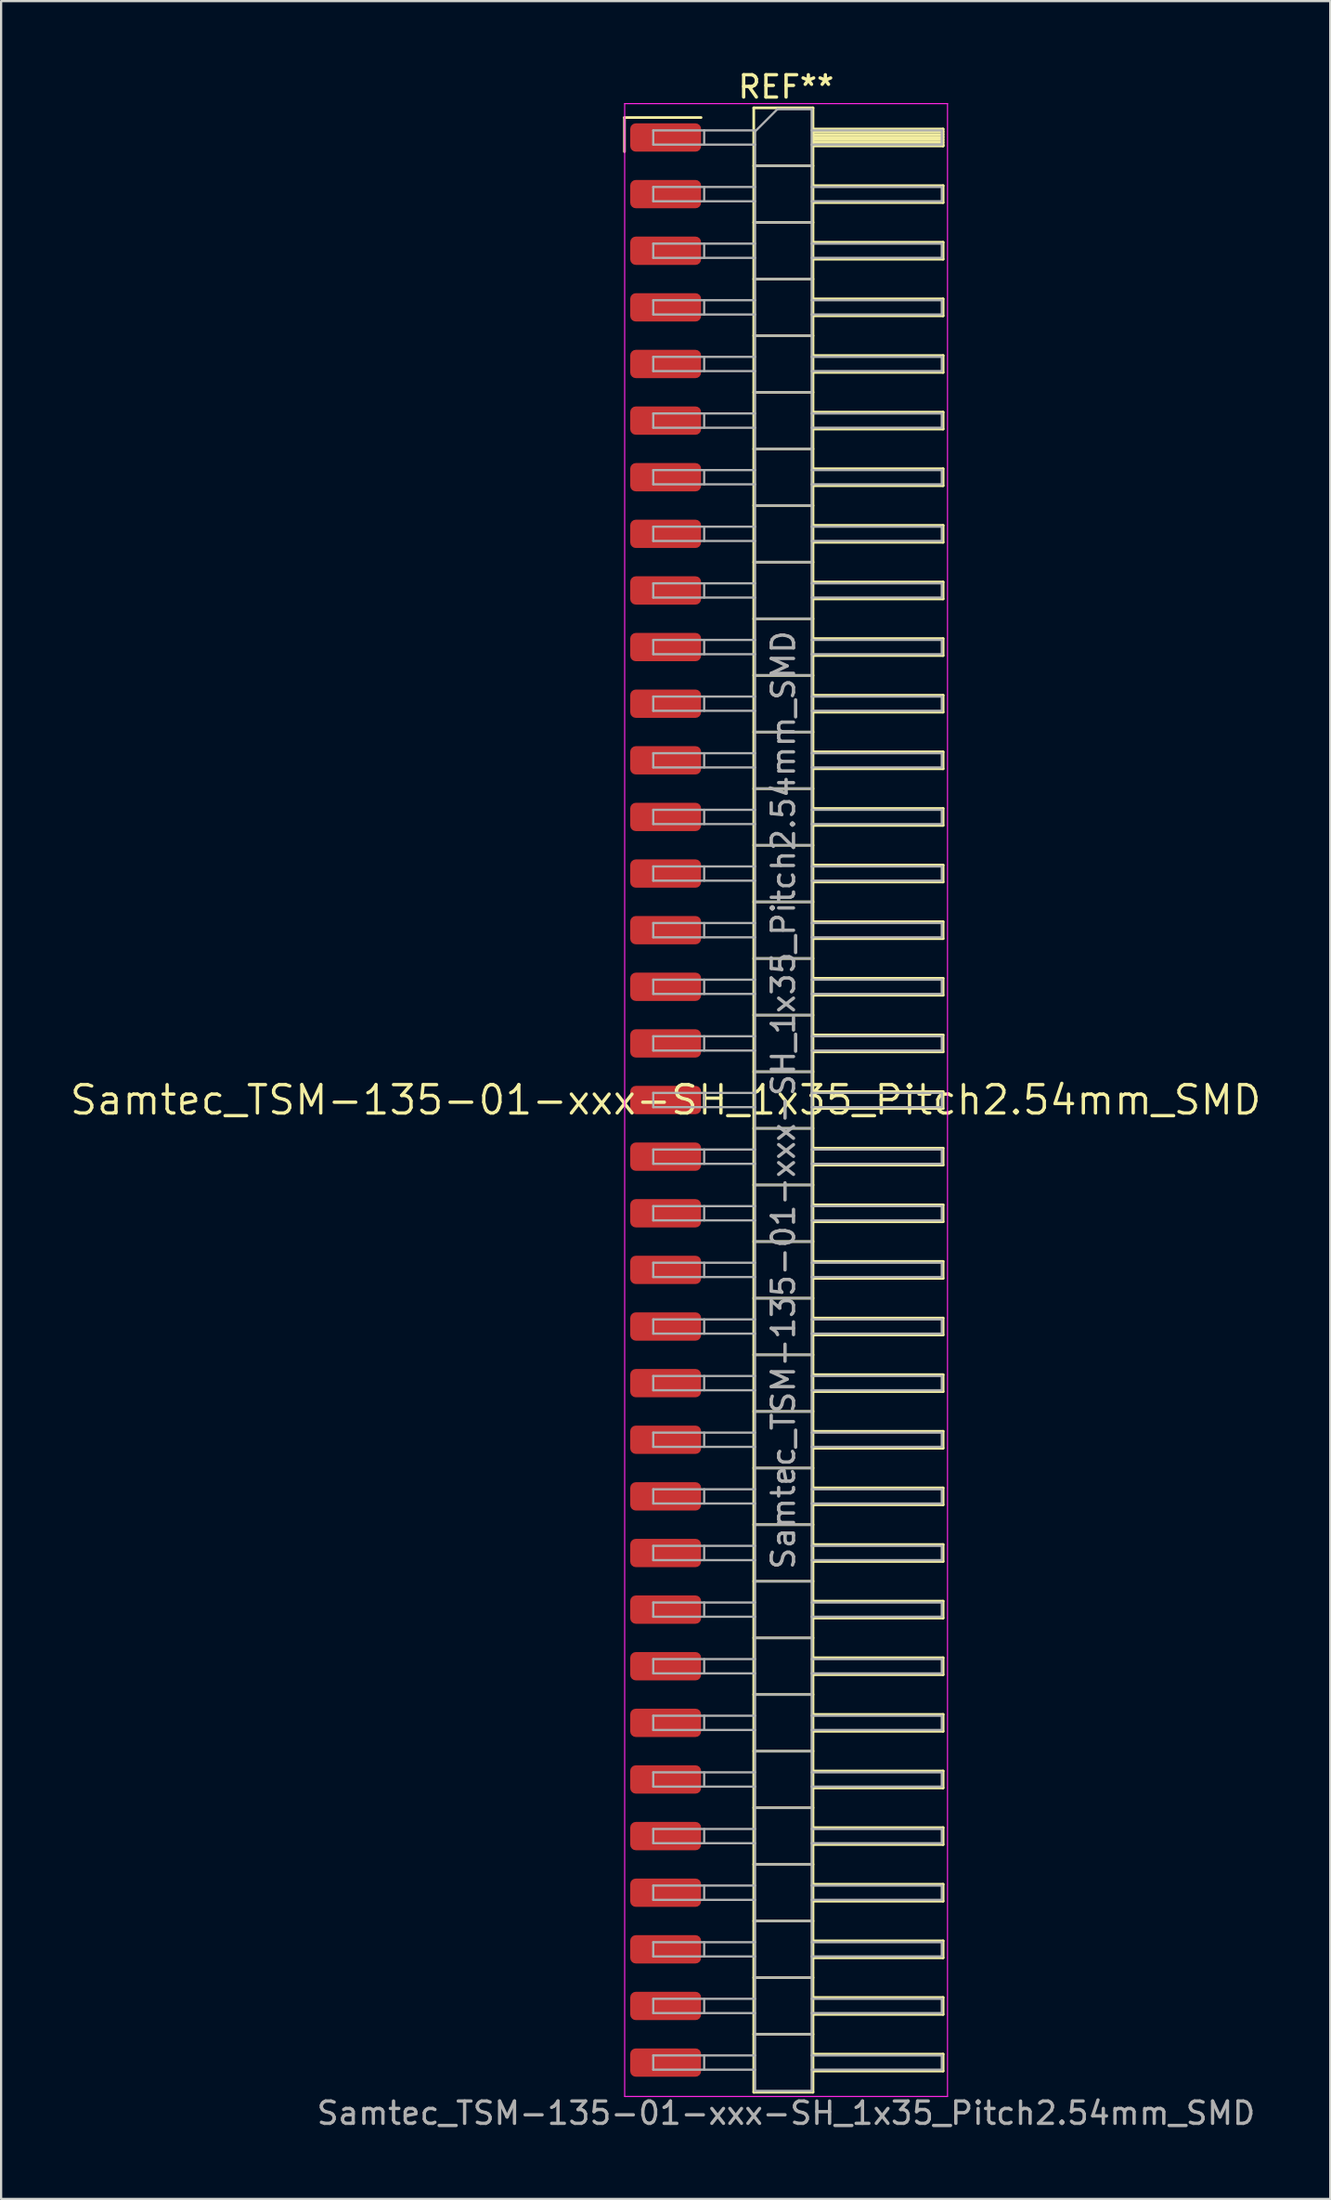
<source format=kicad_pcb>
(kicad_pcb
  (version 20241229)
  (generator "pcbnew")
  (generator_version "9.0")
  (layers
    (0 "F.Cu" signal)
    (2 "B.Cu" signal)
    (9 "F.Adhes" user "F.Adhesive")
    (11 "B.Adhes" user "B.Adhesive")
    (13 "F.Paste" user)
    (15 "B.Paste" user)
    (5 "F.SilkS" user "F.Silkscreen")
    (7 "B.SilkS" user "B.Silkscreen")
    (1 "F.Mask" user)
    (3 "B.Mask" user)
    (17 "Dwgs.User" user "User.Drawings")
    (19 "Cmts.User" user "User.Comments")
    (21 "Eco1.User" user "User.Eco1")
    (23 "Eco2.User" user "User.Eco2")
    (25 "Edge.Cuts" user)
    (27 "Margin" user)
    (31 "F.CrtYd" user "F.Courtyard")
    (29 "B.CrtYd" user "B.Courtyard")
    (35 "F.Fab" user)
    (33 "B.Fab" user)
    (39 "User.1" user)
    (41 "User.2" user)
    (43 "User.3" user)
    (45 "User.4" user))
  (footprint "Samtec_TSM-135-01-xxx-SH_1x35_Pitch2.54mm_SMD"
    (layer "F.Cu")
    (at 26.828 46.298)
    (property "Reference" "Samtec_TSM-135-01-xxx-SH_1x35_Pitch2.54mm_SMD" (at 0 0 0) (layer "F.SilkS") (effects (font (size 1.27 1.27) (thickness 0.15))))
    (attr smd)
    (fp_line (start -1.85 -44.075) (end 1.59 -44.075) (stroke (width 0.12) (type solid)) (layer "F.SilkS"))
    (fp_line (start -1.85 -42.545) (end -1.85 -44.075) (stroke (width 0.12) (type solid)) (layer "F.SilkS"))
    (fp_line (start 3.953 -44.51) (end 6.613 -44.51) (stroke (width 0.12) (type solid)) (layer "F.SilkS"))
    (fp_line (start 3.953 -41.91) (end 6.613 -41.91) (stroke (width 0.12) (type solid)) (layer "F.SilkS"))
    (fp_line (start 3.953 -39.37) (end 6.613 -39.37) (stroke (width 0.12) (type solid)) (layer "F.SilkS"))
    (fp_line (start 3.953 -36.83) (end 6.613 -36.83) (stroke (width 0.12) (type solid)) (layer "F.SilkS"))
    (fp_line (start 3.953 -34.29) (end 6.613 -34.29) (stroke (width 0.12) (type solid)) (layer "F.SilkS"))
    (fp_line (start 3.953 -31.75) (end 6.613 -31.75) (stroke (width 0.12) (type solid)) (layer "F.SilkS"))
    (fp_line (start 3.953 -29.21) (end 6.613 -29.21) (stroke (width 0.12) (type solid)) (layer "F.SilkS"))
    (fp_line (start 3.953 -26.67) (end 6.613 -26.67) (stroke (width 0.12) (type solid)) (layer "F.SilkS"))
    (fp_line (start 3.953 -24.13) (end 6.613 -24.13) (stroke (width 0.12) (type solid)) (layer "F.SilkS"))
    (fp_line (start 3.953 -21.59) (end 6.613 -21.59) (stroke (width 0.12) (type solid)) (layer "F.SilkS"))
    (fp_line (start 3.953 -19.05) (end 6.613 -19.05) (stroke (width 0.12) (type solid)) (layer "F.SilkS"))
    (fp_line (start 3.953 -16.51) (end 6.613 -16.51) (stroke (width 0.12) (type solid)) (layer "F.SilkS"))
    (fp_line (start 3.953 -13.97) (end 6.613 -13.97) (stroke (width 0.12) (type solid)) (layer "F.SilkS"))
    (fp_line (start 3.953 -11.43) (end 6.613 -11.43) (stroke (width 0.12) (type solid)) (layer "F.SilkS"))
    (fp_line (start 3.953 -8.89) (end 6.613 -8.89) (stroke (width 0.12) (type solid)) (layer "F.SilkS"))
    (fp_line (start 3.953 -6.35) (end 6.613 -6.35) (stroke (width 0.12) (type solid)) (layer "F.SilkS"))
    (fp_line (start 3.953 -3.81) (end 6.613 -3.81) (stroke (width 0.12) (type solid)) (layer "F.SilkS"))
    (fp_line (start 3.953 -1.27) (end 6.613 -1.27) (stroke (width 0.12) (type solid)) (layer "F.SilkS"))
    (fp_line (start 3.953 1.27) (end 6.613 1.27) (stroke (width 0.12) (type solid)) (layer "F.SilkS"))
    (fp_line (start 3.953 3.81) (end 6.613 3.81) (stroke (width 0.12) (type solid)) (layer "F.SilkS"))
    (fp_line (start 3.953 6.35) (end 6.613 6.35) (stroke (width 0.12) (type solid)) (layer "F.SilkS"))
    (fp_line (start 3.953 8.89) (end 6.613 8.89) (stroke (width 0.12) (type solid)) (layer "F.SilkS"))
    (fp_line (start 3.953 11.43) (end 6.613 11.43) (stroke (width 0.12) (type solid)) (layer "F.SilkS"))
    (fp_line (start 3.953 13.97) (end 6.613 13.97) (stroke (width 0.12) (type solid)) (layer "F.SilkS"))
    (fp_line (start 3.953 16.51) (end 6.613 16.51) (stroke (width 0.12) (type solid)) (layer "F.SilkS"))
    (fp_line (start 3.953 19.05) (end 6.613 19.05) (stroke (width 0.12) (type solid)) (layer "F.SilkS"))
    (fp_line (start 3.953 21.59) (end 6.613 21.59) (stroke (width 0.12) (type solid)) (layer "F.SilkS"))
    (fp_line (start 3.953 24.13) (end 6.613 24.13) (stroke (width 0.12) (type solid)) (layer "F.SilkS"))
    (fp_line (start 3.953 26.67) (end 6.613 26.67) (stroke (width 0.12) (type solid)) (layer "F.SilkS"))
    (fp_line (start 3.953 29.21) (end 6.613 29.21) (stroke (width 0.12) (type solid)) (layer "F.SilkS"))
    (fp_line (start 3.953 31.75) (end 6.613 31.75) (stroke (width 0.12) (type solid)) (layer "F.SilkS"))
    (fp_line (start 3.953 34.29) (end 6.613 34.29) (stroke (width 0.12) (type solid)) (layer "F.SilkS"))
    (fp_line (start 3.953 36.83) (end 6.613 36.83) (stroke (width 0.12) (type solid)) (layer "F.SilkS"))
    (fp_line (start 3.953 39.37) (end 6.613 39.37) (stroke (width 0.12) (type solid)) (layer "F.SilkS"))
    (fp_line (start 3.953 41.91) (end 6.613 41.91) (stroke (width 0.12) (type solid)) (layer "F.SilkS"))
    (fp_line (start 3.953 44.51) (end 3.953 -44.51) (stroke (width 0.12) (type solid)) (layer "F.SilkS"))
    (fp_line (start 6.613 -44.51) (end 6.613 44.51) (stroke (width 0.12) (type solid)) (layer "F.SilkS"))
    (fp_line (start 6.613 -43.56) (end 12.453 -43.56) (stroke (width 0.12) (type solid)) (layer "F.SilkS"))
    (fp_line (start 6.613 -43.44) (end 12.453 -43.44) (stroke (width 0.12) (type solid)) (layer "F.SilkS"))
    (fp_line (start 6.613 -43.32) (end 12.453 -43.32) (stroke (width 0.12) (type solid)) (layer "F.SilkS"))
    (fp_line (start 6.613 -43.2) (end 12.453 -43.2) (stroke (width 0.12) (type solid)) (layer "F.SilkS"))
    (fp_line (start 6.613 -43.08) (end 12.453 -43.08) (stroke (width 0.12) (type solid)) (layer "F.SilkS"))
    (fp_line (start 6.613 -42.96) (end 12.453 -42.96) (stroke (width 0.12) (type solid)) (layer "F.SilkS"))
    (fp_line (start 6.613 -42.84) (end 12.453 -42.84) (stroke (width 0.12) (type solid)) (layer "F.SilkS"))
    (fp_line (start 6.613 -42.8) (end 12.453 -42.8) (stroke (width 0.12) (type solid)) (layer "F.SilkS"))
    (fp_line (start 6.613 -41.02) (end 12.453 -41.02) (stroke (width 0.12) (type solid)) (layer "F.SilkS"))
    (fp_line (start 6.613 -40.26) (end 12.453 -40.26) (stroke (width 0.12) (type solid)) (layer "F.SilkS"))
    (fp_line (start 6.613 -38.48) (end 12.453 -38.48) (stroke (width 0.12) (type solid)) (layer "F.SilkS"))
    (fp_line (start 6.613 -37.72) (end 12.453 -37.72) (stroke (width 0.12) (type solid)) (layer "F.SilkS"))
    (fp_line (start 6.613 -35.94) (end 12.453 -35.94) (stroke (width 0.12) (type solid)) (layer "F.SilkS"))
    (fp_line (start 6.613 -35.18) (end 12.453 -35.18) (stroke (width 0.12) (type solid)) (layer "F.SilkS"))
    (fp_line (start 6.613 -33.4) (end 12.453 -33.4) (stroke (width 0.12) (type solid)) (layer "F.SilkS"))
    (fp_line (start 6.613 -32.64) (end 12.453 -32.64) (stroke (width 0.12) (type solid)) (layer "F.SilkS"))
    (fp_line (start 6.613 -30.86) (end 12.453 -30.86) (stroke (width 0.12) (type solid)) (layer "F.SilkS"))
    (fp_line (start 6.613 -30.1) (end 12.453 -30.1) (stroke (width 0.12) (type solid)) (layer "F.SilkS"))
    (fp_line (start 6.613 -28.32) (end 12.453 -28.32) (stroke (width 0.12) (type solid)) (layer "F.SilkS"))
    (fp_line (start 6.613 -27.56) (end 12.453 -27.56) (stroke (width 0.12) (type solid)) (layer "F.SilkS"))
    (fp_line (start 6.613 -25.78) (end 12.453 -25.78) (stroke (width 0.12) (type solid)) (layer "F.SilkS"))
    (fp_line (start 6.613 -25.02) (end 12.453 -25.02) (stroke (width 0.12) (type solid)) (layer "F.SilkS"))
    (fp_line (start 6.613 -23.24) (end 12.453 -23.24) (stroke (width 0.12) (type solid)) (layer "F.SilkS"))
    (fp_line (start 6.613 -22.48) (end 12.453 -22.48) (stroke (width 0.12) (type solid)) (layer "F.SilkS"))
    (fp_line (start 6.613 -20.7) (end 12.453 -20.7) (stroke (width 0.12) (type solid)) (layer "F.SilkS"))
    (fp_line (start 6.613 -19.94) (end 12.453 -19.94) (stroke (width 0.12) (type solid)) (layer "F.SilkS"))
    (fp_line (start 6.613 -18.16) (end 12.453 -18.16) (stroke (width 0.12) (type solid)) (layer "F.SilkS"))
    (fp_line (start 6.613 -17.4) (end 12.453 -17.4) (stroke (width 0.12) (type solid)) (layer "F.SilkS"))
    (fp_line (start 6.613 -15.62) (end 12.453 -15.62) (stroke (width 0.12) (type solid)) (layer "F.SilkS"))
    (fp_line (start 6.613 -14.86) (end 12.453 -14.86) (stroke (width 0.12) (type solid)) (layer "F.SilkS"))
    (fp_line (start 6.613 -13.08) (end 12.453 -13.08) (stroke (width 0.12) (type solid)) (layer "F.SilkS"))
    (fp_line (start 6.613 -12.32) (end 12.453 -12.32) (stroke (width 0.12) (type solid)) (layer "F.SilkS"))
    (fp_line (start 6.613 -10.54) (end 12.453 -10.54) (stroke (width 0.12) (type solid)) (layer "F.SilkS"))
    (fp_line (start 6.613 -9.78) (end 12.453 -9.78) (stroke (width 0.12) (type solid)) (layer "F.SilkS"))
    (fp_line (start 6.613 -8) (end 12.453 -8) (stroke (width 0.12) (type solid)) (layer "F.SilkS"))
    (fp_line (start 6.613 -7.24) (end 12.453 -7.24) (stroke (width 0.12) (type solid)) (layer "F.SilkS"))
    (fp_line (start 6.613 -5.46) (end 12.453 -5.46) (stroke (width 0.12) (type solid)) (layer "F.SilkS"))
    (fp_line (start 6.613 -4.7) (end 12.453 -4.7) (stroke (width 0.12) (type solid)) (layer "F.SilkS"))
    (fp_line (start 6.613 -2.92) (end 12.453 -2.92) (stroke (width 0.12) (type solid)) (layer "F.SilkS"))
    (fp_line (start 6.613 -2.16) (end 12.453 -2.16) (stroke (width 0.12) (type solid)) (layer "F.SilkS"))
    (fp_line (start 6.613 -0.38) (end 12.453 -0.38) (stroke (width 0.12) (type solid)) (layer "F.SilkS"))
    (fp_line (start 6.613 0.38) (end 12.453 0.38) (stroke (width 0.12) (type solid)) (layer "F.SilkS"))
    (fp_line (start 6.613 2.16) (end 12.453 2.16) (stroke (width 0.12) (type solid)) (layer "F.SilkS"))
    (fp_line (start 6.613 2.92) (end 12.453 2.92) (stroke (width 0.12) (type solid)) (layer "F.SilkS"))
    (fp_line (start 6.613 4.7) (end 12.453 4.7) (stroke (width 0.12) (type solid)) (layer "F.SilkS"))
    (fp_line (start 6.613 5.46) (end 12.453 5.46) (stroke (width 0.12) (type solid)) (layer "F.SilkS"))
    (fp_line (start 6.613 7.24) (end 12.453 7.24) (stroke (width 0.12) (type solid)) (layer "F.SilkS"))
    (fp_line (start 6.613 8) (end 12.453 8) (stroke (width 0.12) (type solid)) (layer "F.SilkS"))
    (fp_line (start 6.613 9.78) (end 12.453 9.78) (stroke (width 0.12) (type solid)) (layer "F.SilkS"))
    (fp_line (start 6.613 10.54) (end 12.453 10.54) (stroke (width 0.12) (type solid)) (layer "F.SilkS"))
    (fp_line (start 6.613 12.32) (end 12.453 12.32) (stroke (width 0.12) (type solid)) (layer "F.SilkS"))
    (fp_line (start 6.613 13.08) (end 12.453 13.08) (stroke (width 0.12) (type solid)) (layer "F.SilkS"))
    (fp_line (start 6.613 14.86) (end 12.453 14.86) (stroke (width 0.12) (type solid)) (layer "F.SilkS"))
    (fp_line (start 6.613 15.62) (end 12.453 15.62) (stroke (width 0.12) (type solid)) (layer "F.SilkS"))
    (fp_line (start 6.613 17.4) (end 12.453 17.4) (stroke (width 0.12) (type solid)) (layer "F.SilkS"))
    (fp_line (start 6.613 18.16) (end 12.453 18.16) (stroke (width 0.12) (type solid)) (layer "F.SilkS"))
    (fp_line (start 6.613 19.94) (end 12.453 19.94) (stroke (width 0.12) (type solid)) (layer "F.SilkS"))
    (fp_line (start 6.613 20.7) (end 12.453 20.7) (stroke (width 0.12) (type solid)) (layer "F.SilkS"))
    (fp_line (start 6.613 22.48) (end 12.453 22.48) (stroke (width 0.12) (type solid)) (layer "F.SilkS"))
    (fp_line (start 6.613 23.24) (end 12.453 23.24) (stroke (width 0.12) (type solid)) (layer "F.SilkS"))
    (fp_line (start 6.613 25.02) (end 12.453 25.02) (stroke (width 0.12) (type solid)) (layer "F.SilkS"))
    (fp_line (start 6.613 25.78) (end 12.453 25.78) (stroke (width 0.12) (type solid)) (layer "F.SilkS"))
    (fp_line (start 6.613 27.56) (end 12.453 27.56) (stroke (width 0.12) (type solid)) (layer "F.SilkS"))
    (fp_line (start 6.613 28.32) (end 12.453 28.32) (stroke (width 0.12) (type solid)) (layer "F.SilkS"))
    (fp_line (start 6.613 30.1) (end 12.453 30.1) (stroke (width 0.12) (type solid)) (layer "F.SilkS"))
    (fp_line (start 6.613 30.86) (end 12.453 30.86) (stroke (width 0.12) (type solid)) (layer "F.SilkS"))
    (fp_line (start 6.613 32.64) (end 12.453 32.64) (stroke (width 0.12) (type solid)) (layer "F.SilkS"))
    (fp_line (start 6.613 33.4) (end 12.453 33.4) (stroke (width 0.12) (type solid)) (layer "F.SilkS"))
    (fp_line (start 6.613 35.18) (end 12.453 35.18) (stroke (width 0.12) (type solid)) (layer "F.SilkS"))
    (fp_line (start 6.613 35.94) (end 12.453 35.94) (stroke (width 0.12) (type solid)) (layer "F.SilkS"))
    (fp_line (start 6.613 37.72) (end 12.453 37.72) (stroke (width 0.12) (type solid)) (layer "F.SilkS"))
    (fp_line (start 6.613 38.48) (end 12.453 38.48) (stroke (width 0.12) (type solid)) (layer "F.SilkS"))
    (fp_line (start 6.613 40.26) (end 12.453 40.26) (stroke (width 0.12) (type solid)) (layer "F.SilkS"))
    (fp_line (start 6.613 41.02) (end 12.453 41.02) (stroke (width 0.12) (type solid)) (layer "F.SilkS"))
    (fp_line (start 6.613 42.8) (end 12.453 42.8) (stroke (width 0.12) (type solid)) (layer "F.SilkS"))
    (fp_line (start 6.613 43.56) (end 12.453 43.56) (stroke (width 0.12) (type solid)) (layer "F.SilkS"))
    (fp_line (start 6.613 44.51) (end 3.953 44.51) (stroke (width 0.12) (type solid)) (layer "F.SilkS"))
    (fp_line (start 12.453 -43.56) (end 12.453 -42.8) (stroke (width 0.12) (type solid)) (layer "F.SilkS"))
    (fp_line (start 12.453 -41.02) (end 12.453 -40.26) (stroke (width 0.12) (type solid)) (layer "F.SilkS"))
    (fp_line (start 12.453 -38.48) (end 12.453 -37.72) (stroke (width 0.12) (type solid)) (layer "F.SilkS"))
    (fp_line (start 12.453 -35.94) (end 12.453 -35.18) (stroke (width 0.12) (type solid)) (layer "F.SilkS"))
    (fp_line (start 12.453 -33.4) (end 12.453 -32.64) (stroke (width 0.12) (type solid)) (layer "F.SilkS"))
    (fp_line (start 12.453 -30.86) (end 12.453 -30.1) (stroke (width 0.12) (type solid)) (layer "F.SilkS"))
    (fp_line (start 12.453 -28.32) (end 12.453 -27.56) (stroke (width 0.12) (type solid)) (layer "F.SilkS"))
    (fp_line (start 12.453 -25.78) (end 12.453 -25.02) (stroke (width 0.12) (type solid)) (layer "F.SilkS"))
    (fp_line (start 12.453 -23.24) (end 12.453 -22.48) (stroke (width 0.12) (type solid)) (layer "F.SilkS"))
    (fp_line (start 12.453 -20.7) (end 12.453 -19.94) (stroke (width 0.12) (type solid)) (layer "F.SilkS"))
    (fp_line (start 12.453 -18.16) (end 12.453 -17.4) (stroke (width 0.12) (type solid)) (layer "F.SilkS"))
    (fp_line (start 12.453 -15.62) (end 12.453 -14.86) (stroke (width 0.12) (type solid)) (layer "F.SilkS"))
    (fp_line (start 12.453 -13.08) (end 12.453 -12.32) (stroke (width 0.12) (type solid)) (layer "F.SilkS"))
    (fp_line (start 12.453 -10.54) (end 12.453 -9.78) (stroke (width 0.12) (type solid)) (layer "F.SilkS"))
    (fp_line (start 12.453 -8) (end 12.453 -7.24) (stroke (width 0.12) (type solid)) (layer "F.SilkS"))
    (fp_line (start 12.453 -5.46) (end 12.453 -4.7) (stroke (width 0.12) (type solid)) (layer "F.SilkS"))
    (fp_line (start 12.453 -2.92) (end 12.453 -2.16) (stroke (width 0.12) (type solid)) (layer "F.SilkS"))
    (fp_line (start 12.453 -0.38) (end 12.453 0.38) (stroke (width 0.12) (type solid)) (layer "F.SilkS"))
    (fp_line (start 12.453 2.16) (end 12.453 2.92) (stroke (width 0.12) (type solid)) (layer "F.SilkS"))
    (fp_line (start 12.453 4.7) (end 12.453 5.46) (stroke (width 0.12) (type solid)) (layer "F.SilkS"))
    (fp_line (start 12.453 7.24) (end 12.453 8) (stroke (width 0.12) (type solid)) (layer "F.SilkS"))
    (fp_line (start 12.453 9.78) (end 12.453 10.54) (stroke (width 0.12) (type solid)) (layer "F.SilkS"))
    (fp_line (start 12.453 12.32) (end 12.453 13.08) (stroke (width 0.12) (type solid)) (layer "F.SilkS"))
    (fp_line (start 12.453 14.86) (end 12.453 15.62) (stroke (width 0.12) (type solid)) (layer "F.SilkS"))
    (fp_line (start 12.453 17.4) (end 12.453 18.16) (stroke (width 0.12) (type solid)) (layer "F.SilkS"))
    (fp_line (start 12.453 19.94) (end 12.453 20.7) (stroke (width 0.12) (type solid)) (layer "F.SilkS"))
    (fp_line (start 12.453 22.48) (end 12.453 23.24) (stroke (width 0.12) (type solid)) (layer "F.SilkS"))
    (fp_line (start 12.453 25.02) (end 12.453 25.78) (stroke (width 0.12) (type solid)) (layer "F.SilkS"))
    (fp_line (start 12.453 27.56) (end 12.453 28.32) (stroke (width 0.12) (type solid)) (layer "F.SilkS"))
    (fp_line (start 12.453 30.1) (end 12.453 30.86) (stroke (width 0.12) (type solid)) (layer "F.SilkS"))
    (fp_line (start 12.453 32.64) (end 12.453 33.4) (stroke (width 0.12) (type solid)) (layer "F.SilkS"))
    (fp_line (start 12.453 35.18) (end 12.453 35.94) (stroke (width 0.12) (type solid)) (layer "F.SilkS"))
    (fp_line (start 12.453 37.72) (end 12.453 38.48) (stroke (width 0.12) (type solid)) (layer "F.SilkS"))
    (fp_line (start 12.453 40.26) (end 12.453 41.02) (stroke (width 0.12) (type solid)) (layer "F.SilkS"))
    (fp_line (start 12.453 42.8) (end 12.453 43.56) (stroke (width 0.12) (type solid)) (layer "F.SilkS"))
    (fp_line (start -1.84 -44.7) (end 12.65 -44.7) (stroke (width 0.05) (type solid)) (layer "F.CrtYd"))
    (fp_line (start -1.84 44.7) (end -1.84 -44.7) (stroke (width 0.05) (type solid)) (layer "F.CrtYd"))
    (fp_line (start 12.65 -44.7) (end 12.65 44.7) (stroke (width 0.05) (type solid)) (layer "F.CrtYd"))
    (fp_line (start 12.65 44.7) (end -1.84 44.7) (stroke (width 0.05) (type solid)) (layer "F.CrtYd"))
    (fp_line (start -0.557 -43.5) (end -0.557 -42.86) (stroke (width 0.1) (type solid)) (layer "F.Fab"))
    (fp_line (start -0.557 -43.5) (end 4.013 -43.5) (stroke (width 0.1) (type solid)) (layer "F.Fab"))
    (fp_line (start -0.557 -42.86) (end 4.013 -42.86) (stroke (width 0.1) (type solid)) (layer "F.Fab"))
    (fp_line (start -0.557 -40.96) (end -0.557 -40.32) (stroke (width 0.1) (type solid)) (layer "F.Fab"))
    (fp_line (start -0.557 -40.96) (end 4.013 -40.96) (stroke (width 0.1) (type solid)) (layer "F.Fab"))
    (fp_line (start -0.557 -40.32) (end 4.013 -40.32) (stroke (width 0.1) (type solid)) (layer "F.Fab"))
    (fp_line (start -0.557 -38.42) (end -0.557 -37.78) (stroke (width 0.1) (type solid)) (layer "F.Fab"))
    (fp_line (start -0.557 -38.42) (end 4.013 -38.42) (stroke (width 0.1) (type solid)) (layer "F.Fab"))
    (fp_line (start -0.557 -37.78) (end 4.013 -37.78) (stroke (width 0.1) (type solid)) (layer "F.Fab"))
    (fp_line (start -0.557 -35.88) (end -0.557 -35.24) (stroke (width 0.1) (type solid)) (layer "F.Fab"))
    (fp_line (start -0.557 -35.88) (end 4.013 -35.88) (stroke (width 0.1) (type solid)) (layer "F.Fab"))
    (fp_line (start -0.557 -35.24) (end 4.013 -35.24) (stroke (width 0.1) (type solid)) (layer "F.Fab"))
    (fp_line (start -0.557 -33.34) (end -0.557 -32.7) (stroke (width 0.1) (type solid)) (layer "F.Fab"))
    (fp_line (start -0.557 -33.34) (end 4.013 -33.34) (stroke (width 0.1) (type solid)) (layer "F.Fab"))
    (fp_line (start -0.557 -32.7) (end 4.013 -32.7) (stroke (width 0.1) (type solid)) (layer "F.Fab"))
    (fp_line (start -0.557 -30.8) (end -0.557 -30.16) (stroke (width 0.1) (type solid)) (layer "F.Fab"))
    (fp_line (start -0.557 -30.8) (end 4.013 -30.8) (stroke (width 0.1) (type solid)) (layer "F.Fab"))
    (fp_line (start -0.557 -30.16) (end 4.013 -30.16) (stroke (width 0.1) (type solid)) (layer "F.Fab"))
    (fp_line (start -0.557 -28.26) (end -0.557 -27.62) (stroke (width 0.1) (type solid)) (layer "F.Fab"))
    (fp_line (start -0.557 -28.26) (end 4.013 -28.26) (stroke (width 0.1) (type solid)) (layer "F.Fab"))
    (fp_line (start -0.557 -27.62) (end 4.013 -27.62) (stroke (width 0.1) (type solid)) (layer "F.Fab"))
    (fp_line (start -0.557 -25.72) (end -0.557 -25.08) (stroke (width 0.1) (type solid)) (layer "F.Fab"))
    (fp_line (start -0.557 -25.72) (end 4.013 -25.72) (stroke (width 0.1) (type solid)) (layer "F.Fab"))
    (fp_line (start -0.557 -25.08) (end 4.013 -25.08) (stroke (width 0.1) (type solid)) (layer "F.Fab"))
    (fp_line (start -0.557 -23.18) (end -0.557 -22.54) (stroke (width 0.1) (type solid)) (layer "F.Fab"))
    (fp_line (start -0.557 -23.18) (end 4.013 -23.18) (stroke (width 0.1) (type solid)) (layer "F.Fab"))
    (fp_line (start -0.557 -22.54) (end 4.013 -22.54) (stroke (width 0.1) (type solid)) (layer "F.Fab"))
    (fp_line (start -0.557 -20.64) (end -0.557 -20) (stroke (width 0.1) (type solid)) (layer "F.Fab"))
    (fp_line (start -0.557 -20.64) (end 4.013 -20.64) (stroke (width 0.1) (type solid)) (layer "F.Fab"))
    (fp_line (start -0.557 -20) (end 4.013 -20) (stroke (width 0.1) (type solid)) (layer "F.Fab"))
    (fp_line (start -0.557 -18.1) (end -0.557 -17.46) (stroke (width 0.1) (type solid)) (layer "F.Fab"))
    (fp_line (start -0.557 -18.1) (end 4.013 -18.1) (stroke (width 0.1) (type solid)) (layer "F.Fab"))
    (fp_line (start -0.557 -17.46) (end 4.013 -17.46) (stroke (width 0.1) (type solid)) (layer "F.Fab"))
    (fp_line (start -0.557 -15.56) (end -0.557 -14.92) (stroke (width 0.1) (type solid)) (layer "F.Fab"))
    (fp_line (start -0.557 -15.56) (end 4.013 -15.56) (stroke (width 0.1) (type solid)) (layer "F.Fab"))
    (fp_line (start -0.557 -14.92) (end 4.013 -14.92) (stroke (width 0.1) (type solid)) (layer "F.Fab"))
    (fp_line (start -0.557 -13.02) (end -0.557 -12.38) (stroke (width 0.1) (type solid)) (layer "F.Fab"))
    (fp_line (start -0.557 -13.02) (end 4.013 -13.02) (stroke (width 0.1) (type solid)) (layer "F.Fab"))
    (fp_line (start -0.557 -12.38) (end 4.013 -12.38) (stroke (width 0.1) (type solid)) (layer "F.Fab"))
    (fp_line (start -0.557 -10.48) (end -0.557 -9.84) (stroke (width 0.1) (type solid)) (layer "F.Fab"))
    (fp_line (start -0.557 -10.48) (end 4.013 -10.48) (stroke (width 0.1) (type solid)) (layer "F.Fab"))
    (fp_line (start -0.557 -9.84) (end 4.013 -9.84) (stroke (width 0.1) (type solid)) (layer "F.Fab"))
    (fp_line (start -0.557 -7.94) (end -0.557 -7.3) (stroke (width 0.1) (type solid)) (layer "F.Fab"))
    (fp_line (start -0.557 -7.94) (end 4.013 -7.94) (stroke (width 0.1) (type solid)) (layer "F.Fab"))
    (fp_line (start -0.557 -7.3) (end 4.013 -7.3) (stroke (width 0.1) (type solid)) (layer "F.Fab"))
    (fp_line (start -0.557 -5.4) (end -0.557 -4.76) (stroke (width 0.1) (type solid)) (layer "F.Fab"))
    (fp_line (start -0.557 -5.4) (end 4.013 -5.4) (stroke (width 0.1) (type solid)) (layer "F.Fab"))
    (fp_line (start -0.557 -4.76) (end 4.013 -4.76) (stroke (width 0.1) (type solid)) (layer "F.Fab"))
    (fp_line (start -0.557 -2.86) (end -0.557 -2.22) (stroke (width 0.1) (type solid)) (layer "F.Fab"))
    (fp_line (start -0.557 -2.86) (end 4.013 -2.86) (stroke (width 0.1) (type solid)) (layer "F.Fab"))
    (fp_line (start -0.557 -2.22) (end 4.013 -2.22) (stroke (width 0.1) (type solid)) (layer "F.Fab"))
    (fp_line (start -0.557 -0.32) (end -0.557 0.32) (stroke (width 0.1) (type solid)) (layer "F.Fab"))
    (fp_line (start -0.557 -0.32) (end 4.013 -0.32) (stroke (width 0.1) (type solid)) (layer "F.Fab"))
    (fp_line (start -0.557 0.32) (end 4.013 0.32) (stroke (width 0.1) (type solid)) (layer "F.Fab"))
    (fp_line (start -0.557 2.22) (end -0.557 2.86) (stroke (width 0.1) (type solid)) (layer "F.Fab"))
    (fp_line (start -0.557 2.22) (end 4.013 2.22) (stroke (width 0.1) (type solid)) (layer "F.Fab"))
    (fp_line (start -0.557 2.86) (end 4.013 2.86) (stroke (width 0.1) (type solid)) (layer "F.Fab"))
    (fp_line (start -0.557 4.76) (end -0.557 5.4) (stroke (width 0.1) (type solid)) (layer "F.Fab"))
    (fp_line (start -0.557 4.76) (end 4.013 4.76) (stroke (width 0.1) (type solid)) (layer "F.Fab"))
    (fp_line (start -0.557 5.4) (end 4.013 5.4) (stroke (width 0.1) (type solid)) (layer "F.Fab"))
    (fp_line (start -0.557 7.3) (end -0.557 7.94) (stroke (width 0.1) (type solid)) (layer "F.Fab"))
    (fp_line (start -0.557 7.3) (end 4.013 7.3) (stroke (width 0.1) (type solid)) (layer "F.Fab"))
    (fp_line (start -0.557 7.94) (end 4.013 7.94) (stroke (width 0.1) (type solid)) (layer "F.Fab"))
    (fp_line (start -0.557 9.84) (end -0.557 10.48) (stroke (width 0.1) (type solid)) (layer "F.Fab"))
    (fp_line (start -0.557 9.84) (end 4.013 9.84) (stroke (width 0.1) (type solid)) (layer "F.Fab"))
    (fp_line (start -0.557 10.48) (end 4.013 10.48) (stroke (width 0.1) (type solid)) (layer "F.Fab"))
    (fp_line (start -0.557 12.38) (end -0.557 13.02) (stroke (width 0.1) (type solid)) (layer "F.Fab"))
    (fp_line (start -0.557 12.38) (end 4.013 12.38) (stroke (width 0.1) (type solid)) (layer "F.Fab"))
    (fp_line (start -0.557 13.02) (end 4.013 13.02) (stroke (width 0.1) (type solid)) (layer "F.Fab"))
    (fp_line (start -0.557 14.92) (end -0.557 15.56) (stroke (width 0.1) (type solid)) (layer "F.Fab"))
    (fp_line (start -0.557 14.92) (end 4.013 14.92) (stroke (width 0.1) (type solid)) (layer "F.Fab"))
    (fp_line (start -0.557 15.56) (end 4.013 15.56) (stroke (width 0.1) (type solid)) (layer "F.Fab"))
    (fp_line (start -0.557 17.46) (end -0.557 18.1) (stroke (width 0.1) (type solid)) (layer "F.Fab"))
    (fp_line (start -0.557 17.46) (end 4.013 17.46) (stroke (width 0.1) (type solid)) (layer "F.Fab"))
    (fp_line (start -0.557 18.1) (end 4.013 18.1) (stroke (width 0.1) (type solid)) (layer "F.Fab"))
    (fp_line (start -0.557 20) (end -0.557 20.64) (stroke (width 0.1) (type solid)) (layer "F.Fab"))
    (fp_line (start -0.557 20) (end 4.013 20) (stroke (width 0.1) (type solid)) (layer "F.Fab"))
    (fp_line (start -0.557 20.64) (end 4.013 20.64) (stroke (width 0.1) (type solid)) (layer "F.Fab"))
    (fp_line (start -0.557 22.54) (end -0.557 23.18) (stroke (width 0.1) (type solid)) (layer "F.Fab"))
    (fp_line (start -0.557 22.54) (end 4.013 22.54) (stroke (width 0.1) (type solid)) (layer "F.Fab"))
    (fp_line (start -0.557 23.18) (end 4.013 23.18) (stroke (width 0.1) (type solid)) (layer "F.Fab"))
    (fp_line (start -0.557 25.08) (end -0.557 25.72) (stroke (width 0.1) (type solid)) (layer "F.Fab"))
    (fp_line (start -0.557 25.08) (end 4.013 25.08) (stroke (width 0.1) (type solid)) (layer "F.Fab"))
    (fp_line (start -0.557 25.72) (end 4.013 25.72) (stroke (width 0.1) (type solid)) (layer "F.Fab"))
    (fp_line (start -0.557 27.62) (end -0.557 28.26) (stroke (width 0.1) (type solid)) (layer "F.Fab"))
    (fp_line (start -0.557 27.62) (end 4.013 27.62) (stroke (width 0.1) (type solid)) (layer "F.Fab"))
    (fp_line (start -0.557 28.26) (end 4.013 28.26) (stroke (width 0.1) (type solid)) (layer "F.Fab"))
    (fp_line (start -0.557 30.16) (end -0.557 30.8) (stroke (width 0.1) (type solid)) (layer "F.Fab"))
    (fp_line (start -0.557 30.16) (end 4.013 30.16) (stroke (width 0.1) (type solid)) (layer "F.Fab"))
    (fp_line (start -0.557 30.8) (end 4.013 30.8) (stroke (width 0.1) (type solid)) (layer "F.Fab"))
    (fp_line (start -0.557 32.7) (end -0.557 33.34) (stroke (width 0.1) (type solid)) (layer "F.Fab"))
    (fp_line (start -0.557 32.7) (end 4.013 32.7) (stroke (width 0.1) (type solid)) (layer "F.Fab"))
    (fp_line (start -0.557 33.34) (end 4.013 33.34) (stroke (width 0.1) (type solid)) (layer "F.Fab"))
    (fp_line (start -0.557 35.24) (end -0.557 35.88) (stroke (width 0.1) (type solid)) (layer "F.Fab"))
    (fp_line (start -0.557 35.24) (end 4.013 35.24) (stroke (width 0.1) (type solid)) (layer "F.Fab"))
    (fp_line (start -0.557 35.88) (end 4.013 35.88) (stroke (width 0.1) (type solid)) (layer "F.Fab"))
    (fp_line (start -0.557 37.78) (end -0.557 38.42) (stroke (width 0.1) (type solid)) (layer "F.Fab"))
    (fp_line (start -0.557 37.78) (end 4.013 37.78) (stroke (width 0.1) (type solid)) (layer "F.Fab"))
    (fp_line (start -0.557 38.42) (end 4.013 38.42) (stroke (width 0.1) (type solid)) (layer "F.Fab"))
    (fp_line (start -0.557 40.32) (end -0.557 40.96) (stroke (width 0.1) (type solid)) (layer "F.Fab"))
    (fp_line (start -0.557 40.32) (end 4.013 40.32) (stroke (width 0.1) (type solid)) (layer "F.Fab"))
    (fp_line (start -0.557 40.96) (end 4.013 40.96) (stroke (width 0.1) (type solid)) (layer "F.Fab"))
    (fp_line (start -0.557 42.86) (end -0.557 43.5) (stroke (width 0.1) (type solid)) (layer "F.Fab"))
    (fp_line (start -0.557 42.86) (end 4.013 42.86) (stroke (width 0.1) (type solid)) (layer "F.Fab"))
    (fp_line (start -0.557 43.5) (end 4.013 43.5) (stroke (width 0.1) (type solid)) (layer "F.Fab"))
    (fp_line (start 1.728 -43.5) (end 1.728 -42.86) (stroke (width 0.1) (type solid)) (layer "F.Fab"))
    (fp_line (start 1.728 -40.96) (end 1.728 -40.32) (stroke (width 0.1) (type solid)) (layer "F.Fab"))
    (fp_line (start 1.728 -38.42) (end 1.728 -37.78) (stroke (width 0.1) (type solid)) (layer "F.Fab"))
    (fp_line (start 1.728 -35.88) (end 1.728 -35.24) (stroke (width 0.1) (type solid)) (layer "F.Fab"))
    (fp_line (start 1.728 -33.34) (end 1.728 -32.7) (stroke (width 0.1) (type solid)) (layer "F.Fab"))
    (fp_line (start 1.728 -30.8) (end 1.728 -30.16) (stroke (width 0.1) (type solid)) (layer "F.Fab"))
    (fp_line (start 1.728 -28.26) (end 1.728 -27.62) (stroke (width 0.1) (type solid)) (layer "F.Fab"))
    (fp_line (start 1.728 -25.72) (end 1.728 -25.08) (stroke (width 0.1) (type solid)) (layer "F.Fab"))
    (fp_line (start 1.728 -23.18) (end 1.728 -22.54) (stroke (width 0.1) (type solid)) (layer "F.Fab"))
    (fp_line (start 1.728 -20.64) (end 1.728 -20) (stroke (width 0.1) (type solid)) (layer "F.Fab"))
    (fp_line (start 1.728 -18.1) (end 1.728 -17.46) (stroke (width 0.1) (type solid)) (layer "F.Fab"))
    (fp_line (start 1.728 -15.56) (end 1.728 -14.92) (stroke (width 0.1) (type solid)) (layer "F.Fab"))
    (fp_line (start 1.728 -13.02) (end 1.728 -12.38) (stroke (width 0.1) (type solid)) (layer "F.Fab"))
    (fp_line (start 1.728 -10.48) (end 1.728 -9.84) (stroke (width 0.1) (type solid)) (layer "F.Fab"))
    (fp_line (start 1.728 -7.94) (end 1.728 -7.3) (stroke (width 0.1) (type solid)) (layer "F.Fab"))
    (fp_line (start 1.728 -5.4) (end 1.728 -4.76) (stroke (width 0.1) (type solid)) (layer "F.Fab"))
    (fp_line (start 1.728 -2.86) (end 1.728 -2.22) (stroke (width 0.1) (type solid)) (layer "F.Fab"))
    (fp_line (start 1.728 -0.32) (end 1.728 0.32) (stroke (width 0.1) (type solid)) (layer "F.Fab"))
    (fp_line (start 1.728 2.22) (end 1.728 2.86) (stroke (width 0.1) (type solid)) (layer "F.Fab"))
    (fp_line (start 1.728 4.76) (end 1.728 5.4) (stroke (width 0.1) (type solid)) (layer "F.Fab"))
    (fp_line (start 1.728 7.3) (end 1.728 7.94) (stroke (width 0.1) (type solid)) (layer "F.Fab"))
    (fp_line (start 1.728 9.84) (end 1.728 10.48) (stroke (width 0.1) (type solid)) (layer "F.Fab"))
    (fp_line (start 1.728 12.38) (end 1.728 13.02) (stroke (width 0.1) (type solid)) (layer "F.Fab"))
    (fp_line (start 1.728 14.92) (end 1.728 15.56) (stroke (width 0.1) (type solid)) (layer "F.Fab"))
    (fp_line (start 1.728 17.46) (end 1.728 18.1) (stroke (width 0.1) (type solid)) (layer "F.Fab"))
    (fp_line (start 1.728 20) (end 1.728 20.64) (stroke (width 0.1) (type solid)) (layer "F.Fab"))
    (fp_line (start 1.728 22.54) (end 1.728 23.18) (stroke (width 0.1) (type solid)) (layer "F.Fab"))
    (fp_line (start 1.728 25.08) (end 1.728 25.72) (stroke (width 0.1) (type solid)) (layer "F.Fab"))
    (fp_line (start 1.728 27.62) (end 1.728 28.26) (stroke (width 0.1) (type solid)) (layer "F.Fab"))
    (fp_line (start 1.728 30.16) (end 1.728 30.8) (stroke (width 0.1) (type solid)) (layer "F.Fab"))
    (fp_line (start 1.728 32.7) (end 1.728 33.34) (stroke (width 0.1) (type solid)) (layer "F.Fab"))
    (fp_line (start 1.728 35.24) (end 1.728 35.88) (stroke (width 0.1) (type solid)) (layer "F.Fab"))
    (fp_line (start 1.728 37.78) (end 1.728 38.42) (stroke (width 0.1) (type solid)) (layer "F.Fab"))
    (fp_line (start 1.728 40.32) (end 1.728 40.96) (stroke (width 0.1) (type solid)) (layer "F.Fab"))
    (fp_line (start 1.728 42.86) (end 1.728 43.5) (stroke (width 0.1) (type solid)) (layer "F.Fab"))
    (fp_line (start 4.013 -43.45) (end 5.013 -44.45) (stroke (width 0.1) (type solid)) (layer "F.Fab"))
    (fp_line (start 4.013 -41.91) (end 6.553 -41.91) (stroke (width 0.1) (type solid)) (layer "F.Fab"))
    (fp_line (start 4.013 -39.37) (end 6.553 -39.37) (stroke (width 0.1) (type solid)) (layer "F.Fab"))
    (fp_line (start 4.013 -36.83) (end 6.553 -36.83) (stroke (width 0.1) (type solid)) (layer "F.Fab"))
    (fp_line (start 4.013 -34.29) (end 6.553 -34.29) (stroke (width 0.1) (type solid)) (layer "F.Fab"))
    (fp_line (start 4.013 -31.75) (end 6.553 -31.75) (stroke (width 0.1) (type solid)) (layer "F.Fab"))
    (fp_line (start 4.013 -29.21) (end 6.553 -29.21) (stroke (width 0.1) (type solid)) (layer "F.Fab"))
    (fp_line (start 4.013 -26.67) (end 6.553 -26.67) (stroke (width 0.1) (type solid)) (layer "F.Fab"))
    (fp_line (start 4.013 -24.13) (end 6.553 -24.13) (stroke (width 0.1) (type solid)) (layer "F.Fab"))
    (fp_line (start 4.013 -21.59) (end 6.553 -21.59) (stroke (width 0.1) (type solid)) (layer "F.Fab"))
    (fp_line (start 4.013 -19.05) (end 6.553 -19.05) (stroke (width 0.1) (type solid)) (layer "F.Fab"))
    (fp_line (start 4.013 -16.51) (end 6.553 -16.51) (stroke (width 0.1) (type solid)) (layer "F.Fab"))
    (fp_line (start 4.013 -13.97) (end 6.553 -13.97) (stroke (width 0.1) (type solid)) (layer "F.Fab"))
    (fp_line (start 4.013 -11.43) (end 6.553 -11.43) (stroke (width 0.1) (type solid)) (layer "F.Fab"))
    (fp_line (start 4.013 -8.89) (end 6.553 -8.89) (stroke (width 0.1) (type solid)) (layer "F.Fab"))
    (fp_line (start 4.013 -6.35) (end 6.553 -6.35) (stroke (width 0.1) (type solid)) (layer "F.Fab"))
    (fp_line (start 4.013 -3.81) (end 6.553 -3.81) (stroke (width 0.1) (type solid)) (layer "F.Fab"))
    (fp_line (start 4.013 -1.27) (end 6.553 -1.27) (stroke (width 0.1) (type solid)) (layer "F.Fab"))
    (fp_line (start 4.013 1.27) (end 6.553 1.27) (stroke (width 0.1) (type solid)) (layer "F.Fab"))
    (fp_line (start 4.013 3.81) (end 6.553 3.81) (stroke (width 0.1) (type solid)) (layer "F.Fab"))
    (fp_line (start 4.013 6.35) (end 6.553 6.35) (stroke (width 0.1) (type solid)) (layer "F.Fab"))
    (fp_line (start 4.013 8.89) (end 6.553 8.89) (stroke (width 0.1) (type solid)) (layer "F.Fab"))
    (fp_line (start 4.013 11.43) (end 6.553 11.43) (stroke (width 0.1) (type solid)) (layer "F.Fab"))
    (fp_line (start 4.013 13.97) (end 6.553 13.97) (stroke (width 0.1) (type solid)) (layer "F.Fab"))
    (fp_line (start 4.013 16.51) (end 6.553 16.51) (stroke (width 0.1) (type solid)) (layer "F.Fab"))
    (fp_line (start 4.013 19.05) (end 6.553 19.05) (stroke (width 0.1) (type solid)) (layer "F.Fab"))
    (fp_line (start 4.013 21.59) (end 6.553 21.59) (stroke (width 0.1) (type solid)) (layer "F.Fab"))
    (fp_line (start 4.013 24.13) (end 6.553 24.13) (stroke (width 0.1) (type solid)) (layer "F.Fab"))
    (fp_line (start 4.013 26.67) (end 6.553 26.67) (stroke (width 0.1) (type solid)) (layer "F.Fab"))
    (fp_line (start 4.013 29.21) (end 6.553 29.21) (stroke (width 0.1) (type solid)) (layer "F.Fab"))
    (fp_line (start 4.013 31.75) (end 6.553 31.75) (stroke (width 0.1) (type solid)) (layer "F.Fab"))
    (fp_line (start 4.013 34.29) (end 6.553 34.29) (stroke (width 0.1) (type solid)) (layer "F.Fab"))
    (fp_line (start 4.013 36.83) (end 6.553 36.83) (stroke (width 0.1) (type solid)) (layer "F.Fab"))
    (fp_line (start 4.013 39.37) (end 6.553 39.37) (stroke (width 0.1) (type solid)) (layer "F.Fab"))
    (fp_line (start 4.013 41.91) (end 6.553 41.91) (stroke (width 0.1) (type solid)) (layer "F.Fab"))
    (fp_line (start 4.013 44.45) (end 4.013 -43.45) (stroke (width 0.1) (type solid)) (layer "F.Fab"))
    (fp_line (start 5.013 -44.45) (end 6.553 -44.45) (stroke (width 0.1) (type solid)) (layer "F.Fab"))
    (fp_line (start 6.553 -44.45) (end 6.553 44.45) (stroke (width 0.1) (type solid)) (layer "F.Fab"))
    (fp_line (start 6.553 -43.5) (end 12.393 -43.5) (stroke (width 0.1) (type solid)) (layer "F.Fab"))
    (fp_line (start 6.553 -42.86) (end 12.393 -42.86) (stroke (width 0.1) (type solid)) (layer "F.Fab"))
    (fp_line (start 6.553 -40.96) (end 12.393 -40.96) (stroke (width 0.1) (type solid)) (layer "F.Fab"))
    (fp_line (start 6.553 -40.32) (end 12.393 -40.32) (stroke (width 0.1) (type solid)) (layer "F.Fab"))
    (fp_line (start 6.553 -38.42) (end 12.393 -38.42) (stroke (width 0.1) (type solid)) (layer "F.Fab"))
    (fp_line (start 6.553 -37.78) (end 12.393 -37.78) (stroke (width 0.1) (type solid)) (layer "F.Fab"))
    (fp_line (start 6.553 -35.88) (end 12.393 -35.88) (stroke (width 0.1) (type solid)) (layer "F.Fab"))
    (fp_line (start 6.553 -35.24) (end 12.393 -35.24) (stroke (width 0.1) (type solid)) (layer "F.Fab"))
    (fp_line (start 6.553 -33.34) (end 12.393 -33.34) (stroke (width 0.1) (type solid)) (layer "F.Fab"))
    (fp_line (start 6.553 -32.7) (end 12.393 -32.7) (stroke (width 0.1) (type solid)) (layer "F.Fab"))
    (fp_line (start 6.553 -30.8) (end 12.393 -30.8) (stroke (width 0.1) (type solid)) (layer "F.Fab"))
    (fp_line (start 6.553 -30.16) (end 12.393 -30.16) (stroke (width 0.1) (type solid)) (layer "F.Fab"))
    (fp_line (start 6.553 -28.26) (end 12.393 -28.26) (stroke (width 0.1) (type solid)) (layer "F.Fab"))
    (fp_line (start 6.553 -27.62) (end 12.393 -27.62) (stroke (width 0.1) (type solid)) (layer "F.Fab"))
    (fp_line (start 6.553 -25.72) (end 12.393 -25.72) (stroke (width 0.1) (type solid)) (layer "F.Fab"))
    (fp_line (start 6.553 -25.08) (end 12.393 -25.08) (stroke (width 0.1) (type solid)) (layer "F.Fab"))
    (fp_line (start 6.553 -23.18) (end 12.393 -23.18) (stroke (width 0.1) (type solid)) (layer "F.Fab"))
    (fp_line (start 6.553 -22.54) (end 12.393 -22.54) (stroke (width 0.1) (type solid)) (layer "F.Fab"))
    (fp_line (start 6.553 -20.64) (end 12.393 -20.64) (stroke (width 0.1) (type solid)) (layer "F.Fab"))
    (fp_line (start 6.553 -20) (end 12.393 -20) (stroke (width 0.1) (type solid)) (layer "F.Fab"))
    (fp_line (start 6.553 -18.1) (end 12.393 -18.1) (stroke (width 0.1) (type solid)) (layer "F.Fab"))
    (fp_line (start 6.553 -17.46) (end 12.393 -17.46) (stroke (width 0.1) (type solid)) (layer "F.Fab"))
    (fp_line (start 6.553 -15.56) (end 12.393 -15.56) (stroke (width 0.1) (type solid)) (layer "F.Fab"))
    (fp_line (start 6.553 -14.92) (end 12.393 -14.92) (stroke (width 0.1) (type solid)) (layer "F.Fab"))
    (fp_line (start 6.553 -13.02) (end 12.393 -13.02) (stroke (width 0.1) (type solid)) (layer "F.Fab"))
    (fp_line (start 6.553 -12.38) (end 12.393 -12.38) (stroke (width 0.1) (type solid)) (layer "F.Fab"))
    (fp_line (start 6.553 -10.48) (end 12.393 -10.48) (stroke (width 0.1) (type solid)) (layer "F.Fab"))
    (fp_line (start 6.553 -9.84) (end 12.393 -9.84) (stroke (width 0.1) (type solid)) (layer "F.Fab"))
    (fp_line (start 6.553 -7.94) (end 12.393 -7.94) (stroke (width 0.1) (type solid)) (layer "F.Fab"))
    (fp_line (start 6.553 -7.3) (end 12.393 -7.3) (stroke (width 0.1) (type solid)) (layer "F.Fab"))
    (fp_line (start 6.553 -5.4) (end 12.393 -5.4) (stroke (width 0.1) (type solid)) (layer "F.Fab"))
    (fp_line (start 6.553 -4.76) (end 12.393 -4.76) (stroke (width 0.1) (type solid)) (layer "F.Fab"))
    (fp_line (start 6.553 -2.86) (end 12.393 -2.86) (stroke (width 0.1) (type solid)) (layer "F.Fab"))
    (fp_line (start 6.553 -2.22) (end 12.393 -2.22) (stroke (width 0.1) (type solid)) (layer "F.Fab"))
    (fp_line (start 6.553 -0.32) (end 12.393 -0.32) (stroke (width 0.1) (type solid)) (layer "F.Fab"))
    (fp_line (start 6.553 0.32) (end 12.393 0.32) (stroke (width 0.1) (type solid)) (layer "F.Fab"))
    (fp_line (start 6.553 2.22) (end 12.393 2.22) (stroke (width 0.1) (type solid)) (layer "F.Fab"))
    (fp_line (start 6.553 2.86) (end 12.393 2.86) (stroke (width 0.1) (type solid)) (layer "F.Fab"))
    (fp_line (start 6.553 4.76) (end 12.393 4.76) (stroke (width 0.1) (type solid)) (layer "F.Fab"))
    (fp_line (start 6.553 5.4) (end 12.393 5.4) (stroke (width 0.1) (type solid)) (layer "F.Fab"))
    (fp_line (start 6.553 7.3) (end 12.393 7.3) (stroke (width 0.1) (type solid)) (layer "F.Fab"))
    (fp_line (start 6.553 7.94) (end 12.393 7.94) (stroke (width 0.1) (type solid)) (layer "F.Fab"))
    (fp_line (start 6.553 9.84) (end 12.393 9.84) (stroke (width 0.1) (type solid)) (layer "F.Fab"))
    (fp_line (start 6.553 10.48) (end 12.393 10.48) (stroke (width 0.1) (type solid)) (layer "F.Fab"))
    (fp_line (start 6.553 12.38) (end 12.393 12.38) (stroke (width 0.1) (type solid)) (layer "F.Fab"))
    (fp_line (start 6.553 13.02) (end 12.393 13.02) (stroke (width 0.1) (type solid)) (layer "F.Fab"))
    (fp_line (start 6.553 14.92) (end 12.393 14.92) (stroke (width 0.1) (type solid)) (layer "F.Fab"))
    (fp_line (start 6.553 15.56) (end 12.393 15.56) (stroke (width 0.1) (type solid)) (layer "F.Fab"))
    (fp_line (start 6.553 17.46) (end 12.393 17.46) (stroke (width 0.1) (type solid)) (layer "F.Fab"))
    (fp_line (start 6.553 18.1) (end 12.393 18.1) (stroke (width 0.1) (type solid)) (layer "F.Fab"))
    (fp_line (start 6.553 20) (end 12.393 20) (stroke (width 0.1) (type solid)) (layer "F.Fab"))
    (fp_line (start 6.553 20.64) (end 12.393 20.64) (stroke (width 0.1) (type solid)) (layer "F.Fab"))
    (fp_line (start 6.553 22.54) (end 12.393 22.54) (stroke (width 0.1) (type solid)) (layer "F.Fab"))
    (fp_line (start 6.553 23.18) (end 12.393 23.18) (stroke (width 0.1) (type solid)) (layer "F.Fab"))
    (fp_line (start 6.553 25.08) (end 12.393 25.08) (stroke (width 0.1) (type solid)) (layer "F.Fab"))
    (fp_line (start 6.553 25.72) (end 12.393 25.72) (stroke (width 0.1) (type solid)) (layer "F.Fab"))
    (fp_line (start 6.553 27.62) (end 12.393 27.62) (stroke (width 0.1) (type solid)) (layer "F.Fab"))
    (fp_line (start 6.553 28.26) (end 12.393 28.26) (stroke (width 0.1) (type solid)) (layer "F.Fab"))
    (fp_line (start 6.553 30.16) (end 12.393 30.16) (stroke (width 0.1) (type solid)) (layer "F.Fab"))
    (fp_line (start 6.553 30.8) (end 12.393 30.8) (stroke (width 0.1) (type solid)) (layer "F.Fab"))
    (fp_line (start 6.553 32.7) (end 12.393 32.7) (stroke (width 0.1) (type solid)) (layer "F.Fab"))
    (fp_line (start 6.553 33.34) (end 12.393 33.34) (stroke (width 0.1) (type solid)) (layer "F.Fab"))
    (fp_line (start 6.553 35.24) (end 12.393 35.24) (stroke (width 0.1) (type solid)) (layer "F.Fab"))
    (fp_line (start 6.553 35.88) (end 12.393 35.88) (stroke (width 0.1) (type solid)) (layer "F.Fab"))
    (fp_line (start 6.553 37.78) (end 12.393 37.78) (stroke (width 0.1) (type solid)) (layer "F.Fab"))
    (fp_line (start 6.553 38.42) (end 12.393 38.42) (stroke (width 0.1) (type solid)) (layer "F.Fab"))
    (fp_line (start 6.553 40.32) (end 12.393 40.32) (stroke (width 0.1) (type solid)) (layer "F.Fab"))
    (fp_line (start 6.553 40.96) (end 12.393 40.96) (stroke (width 0.1) (type solid)) (layer "F.Fab"))
    (fp_line (start 6.553 42.86) (end 12.393 42.86) (stroke (width 0.1) (type solid)) (layer "F.Fab"))
    (fp_line (start 6.553 43.5) (end 12.393 43.5) (stroke (width 0.1) (type solid)) (layer "F.Fab"))
    (fp_line (start 6.553 44.45) (end 4.013 44.45) (stroke (width 0.1) (type solid)) (layer "F.Fab"))
    (fp_line (start 12.393 -43.5) (end 12.393 -42.86) (stroke (width 0.1) (type solid)) (layer "F.Fab"))
    (fp_line (start 12.393 -40.96) (end 12.393 -40.32) (stroke (width 0.1) (type solid)) (layer "F.Fab"))
    (fp_line (start 12.393 -38.42) (end 12.393 -37.78) (stroke (width 0.1) (type solid)) (layer "F.Fab"))
    (fp_line (start 12.393 -35.88) (end 12.393 -35.24) (stroke (width 0.1) (type solid)) (layer "F.Fab"))
    (fp_line (start 12.393 -33.34) (end 12.393 -32.7) (stroke (width 0.1) (type solid)) (layer "F.Fab"))
    (fp_line (start 12.393 -30.8) (end 12.393 -30.16) (stroke (width 0.1) (type solid)) (layer "F.Fab"))
    (fp_line (start 12.393 -28.26) (end 12.393 -27.62) (stroke (width 0.1) (type solid)) (layer "F.Fab"))
    (fp_line (start 12.393 -25.72) (end 12.393 -25.08) (stroke (width 0.1) (type solid)) (layer "F.Fab"))
    (fp_line (start 12.393 -23.18) (end 12.393 -22.54) (stroke (width 0.1) (type solid)) (layer "F.Fab"))
    (fp_line (start 12.393 -20.64) (end 12.393 -20) (stroke (width 0.1) (type solid)) (layer "F.Fab"))
    (fp_line (start 12.393 -18.1) (end 12.393 -17.46) (stroke (width 0.1) (type solid)) (layer "F.Fab"))
    (fp_line (start 12.393 -15.56) (end 12.393 -14.92) (stroke (width 0.1) (type solid)) (layer "F.Fab"))
    (fp_line (start 12.393 -13.02) (end 12.393 -12.38) (stroke (width 0.1) (type solid)) (layer "F.Fab"))
    (fp_line (start 12.393 -10.48) (end 12.393 -9.84) (stroke (width 0.1) (type solid)) (layer "F.Fab"))
    (fp_line (start 12.393 -7.94) (end 12.393 -7.3) (stroke (width 0.1) (type solid)) (layer "F.Fab"))
    (fp_line (start 12.393 -5.4) (end 12.393 -4.76) (stroke (width 0.1) (type solid)) (layer "F.Fab"))
    (fp_line (start 12.393 -2.86) (end 12.393 -2.22) (stroke (width 0.1) (type solid)) (layer "F.Fab"))
    (fp_line (start 12.393 -0.32) (end 12.393 0.32) (stroke (width 0.1) (type solid)) (layer "F.Fab"))
    (fp_line (start 12.393 2.22) (end 12.393 2.86) (stroke (width 0.1) (type solid)) (layer "F.Fab"))
    (fp_line (start 12.393 4.76) (end 12.393 5.4) (stroke (width 0.1) (type solid)) (layer "F.Fab"))
    (fp_line (start 12.393 7.3) (end 12.393 7.94) (stroke (width 0.1) (type solid)) (layer "F.Fab"))
    (fp_line (start 12.393 9.84) (end 12.393 10.48) (stroke (width 0.1) (type solid)) (layer "F.Fab"))
    (fp_line (start 12.393 12.38) (end 12.393 13.02) (stroke (width 0.1) (type solid)) (layer "F.Fab"))
    (fp_line (start 12.393 14.92) (end 12.393 15.56) (stroke (width 0.1) (type solid)) (layer "F.Fab"))
    (fp_line (start 12.393 17.46) (end 12.393 18.1) (stroke (width 0.1) (type solid)) (layer "F.Fab"))
    (fp_line (start 12.393 20) (end 12.393 20.64) (stroke (width 0.1) (type solid)) (layer "F.Fab"))
    (fp_line (start 12.393 22.54) (end 12.393 23.18) (stroke (width 0.1) (type solid)) (layer "F.Fab"))
    (fp_line (start 12.393 25.08) (end 12.393 25.72) (stroke (width 0.1) (type solid)) (layer "F.Fab"))
    (fp_line (start 12.393 27.62) (end 12.393 28.26) (stroke (width 0.1) (type solid)) (layer "F.Fab"))
    (fp_line (start 12.393 30.16) (end 12.393 30.8) (stroke (width 0.1) (type solid)) (layer "F.Fab"))
    (fp_line (start 12.393 32.7) (end 12.393 33.34) (stroke (width 0.1) (type solid)) (layer "F.Fab"))
    (fp_line (start 12.393 35.24) (end 12.393 35.88) (stroke (width 0.1) (type solid)) (layer "F.Fab"))
    (fp_line (start 12.393 37.78) (end 12.393 38.42) (stroke (width 0.1) (type solid)) (layer "F.Fab"))
    (fp_line (start 12.393 40.32) (end 12.393 40.96) (stroke (width 0.1) (type solid)) (layer "F.Fab"))
    (fp_line (start 12.393 42.86) (end 12.393 43.5) (stroke (width 0.1) (type solid)) (layer "F.Fab"))
    (fp_text user "REF**" (at 5.405 -45.45 0) (layer "F.SilkS") (effects (font (size 1 1) (thickness 0.15))))
    (fp_text user "Samtec_TSM-135-01-xxx-SH_1x35_Pitch2.54mm_SMD" (at 5.405 45.45 0) (layer "F.Fab") (effects (font (size 1 1) (thickness 0.15))))
    (fp_text user "${REFERENCE}" (at 5.283 0 90) (layer "F.Fab") (effects (font (size 1 1) (thickness 0.15))))
    (pad "1" smd roundrect (at 0 -43.18) (size 3.18 1.27) (layers "F.Cu" "F.Mask" "F.Paste") (roundrect_rratio 0.197))
    (pad "2" smd roundrect (at 0 -40.64) (size 3.18 1.27) (layers "F.Cu" "F.Mask" "F.Paste") (roundrect_rratio 0.197))
    (pad "3" smd roundrect (at 0 -38.1) (size 3.18 1.27) (layers "F.Cu" "F.Mask" "F.Paste") (roundrect_rratio 0.197))
    (pad "4" smd roundrect (at 0 -35.56) (size 3.18 1.27) (layers "F.Cu" "F.Mask" "F.Paste") (roundrect_rratio 0.197))
    (pad "5" smd roundrect (at 0 -33.02) (size 3.18 1.27) (layers "F.Cu" "F.Mask" "F.Paste") (roundrect_rratio 0.197))
    (pad "6" smd roundrect (at 0 -30.48) (size 3.18 1.27) (layers "F.Cu" "F.Mask" "F.Paste") (roundrect_rratio 0.197))
    (pad "7" smd roundrect (at 0 -27.94) (size 3.18 1.27) (layers "F.Cu" "F.Mask" "F.Paste") (roundrect_rratio 0.197))
    (pad "8" smd roundrect (at 0 -25.4) (size 3.18 1.27) (layers "F.Cu" "F.Mask" "F.Paste") (roundrect_rratio 0.197))
    (pad "9" smd roundrect (at 0 -22.86) (size 3.18 1.27) (layers "F.Cu" "F.Mask" "F.Paste") (roundrect_rratio 0.197))
    (pad "10" smd roundrect (at 0 -20.32) (size 3.18 1.27) (layers "F.Cu" "F.Mask" "F.Paste") (roundrect_rratio 0.197))
    (pad "11" smd roundrect (at 0 -17.78) (size 3.18 1.27) (layers "F.Cu" "F.Mask" "F.Paste") (roundrect_rratio 0.197))
    (pad "12" smd roundrect (at 0 -15.24) (size 3.18 1.27) (layers "F.Cu" "F.Mask" "F.Paste") (roundrect_rratio 0.197))
    (pad "13" smd roundrect (at 0 -12.7) (size 3.18 1.27) (layers "F.Cu" "F.Mask" "F.Paste") (roundrect_rratio 0.197))
    (pad "14" smd roundrect (at 0 -10.16) (size 3.18 1.27) (layers "F.Cu" "F.Mask" "F.Paste") (roundrect_rratio 0.197))
    (pad "15" smd roundrect (at 0 -7.62) (size 3.18 1.27) (layers "F.Cu" "F.Mask" "F.Paste") (roundrect_rratio 0.197))
    (pad "16" smd roundrect (at 0 -5.08) (size 3.18 1.27) (layers "F.Cu" "F.Mask" "F.Paste") (roundrect_rratio 0.197))
    (pad "17" smd roundrect (at 0 -2.54) (size 3.18 1.27) (layers "F.Cu" "F.Mask" "F.Paste") (roundrect_rratio 0.197))
    (pad "18" smd roundrect (at 0 0) (size 3.18 1.27) (layers "F.Cu" "F.Mask" "F.Paste") (roundrect_rratio 0.197))
    (pad "19" smd roundrect (at 0 2.54) (size 3.18 1.27) (layers "F.Cu" "F.Mask" "F.Paste") (roundrect_rratio 0.197))
    (pad "20" smd roundrect (at 0 5.08) (size 3.18 1.27) (layers "F.Cu" "F.Mask" "F.Paste") (roundrect_rratio 0.197))
    (pad "21" smd roundrect (at 0 7.62) (size 3.18 1.27) (layers "F.Cu" "F.Mask" "F.Paste") (roundrect_rratio 0.197))
    (pad "22" smd roundrect (at 0 10.16) (size 3.18 1.27) (layers "F.Cu" "F.Mask" "F.Paste") (roundrect_rratio 0.197))
    (pad "23" smd roundrect (at 0 12.7) (size 3.18 1.27) (layers "F.Cu" "F.Mask" "F.Paste") (roundrect_rratio 0.197))
    (pad "24" smd roundrect (at 0 15.24) (size 3.18 1.27) (layers "F.Cu" "F.Mask" "F.Paste") (roundrect_rratio 0.197))
    (pad "25" smd roundrect (at 0 17.78) (size 3.18 1.27) (layers "F.Cu" "F.Mask" "F.Paste") (roundrect_rratio 0.197))
    (pad "26" smd roundrect (at 0 20.32) (size 3.18 1.27) (layers "F.Cu" "F.Mask" "F.Paste") (roundrect_rratio 0.197))
    (pad "27" smd roundrect (at 0 22.86) (size 3.18 1.27) (layers "F.Cu" "F.Mask" "F.Paste") (roundrect_rratio 0.197))
    (pad "28" smd roundrect (at 0 25.4) (size 3.18 1.27) (layers "F.Cu" "F.Mask" "F.Paste") (roundrect_rratio 0.197))
    (pad "29" smd roundrect (at 0 27.94) (size 3.18 1.27) (layers "F.Cu" "F.Mask" "F.Paste") (roundrect_rratio 0.197))
    (pad "30" smd roundrect (at 0 30.48) (size 3.18 1.27) (layers "F.Cu" "F.Mask" "F.Paste") (roundrect_rratio 0.197))
    (pad "31" smd roundrect (at 0 33.02) (size 3.18 1.27) (layers "F.Cu" "F.Mask" "F.Paste") (roundrect_rratio 0.197))
    (pad "32" smd roundrect (at 0 35.56) (size 3.18 1.27) (layers "F.Cu" "F.Mask" "F.Paste") (roundrect_rratio 0.197))
    (pad "33" smd roundrect (at 0 38.1) (size 3.18 1.27) (layers "F.Cu" "F.Mask" "F.Paste") (roundrect_rratio 0.197))
    (pad "34" smd roundrect (at 0 40.64) (size 3.18 1.27) (layers "F.Cu" "F.Mask" "F.Paste") (roundrect_rratio 0.197))
    (pad "35" smd roundrect (at 0 43.18) (size 3.18 1.27) (layers "F.Cu" "F.Mask" "F.Paste") (roundrect_rratio 0.197)))
  (gr_rect
    (start -3 -3)
    (end 56.657 95.597)
    (stroke (width 0.1) (type default))
    (fill no)
    (layer "Edge.Cuts")))
</source>
